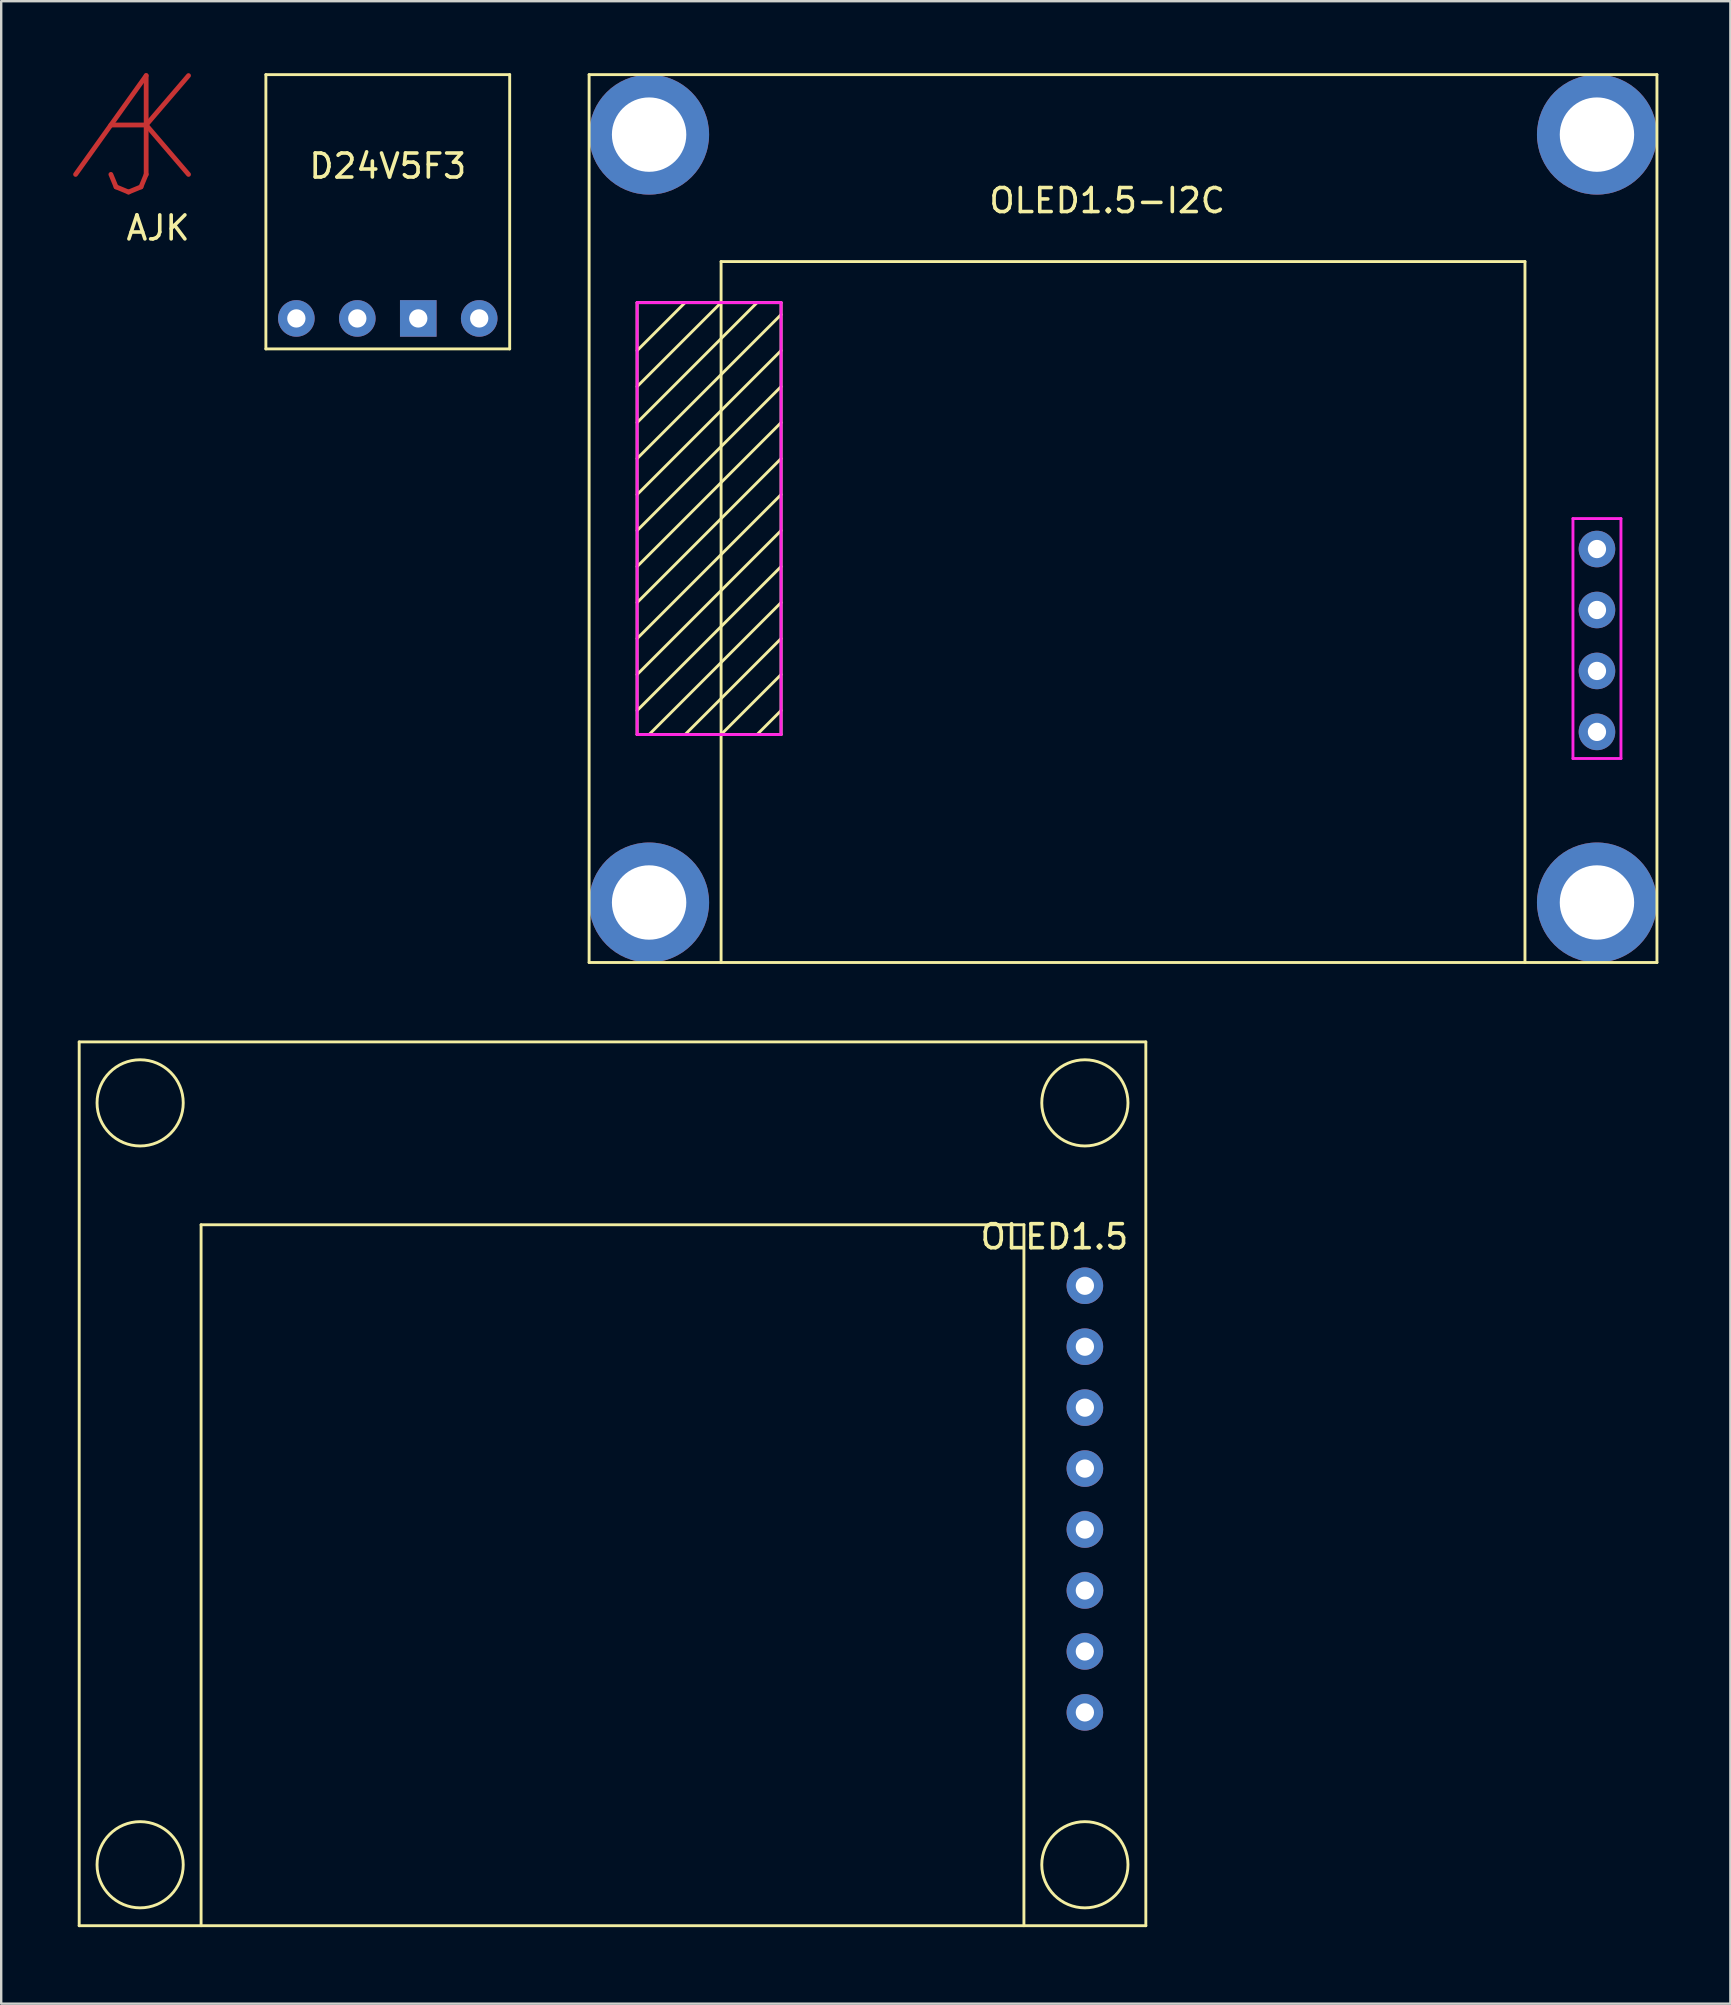
<source format=kicad_pcb>
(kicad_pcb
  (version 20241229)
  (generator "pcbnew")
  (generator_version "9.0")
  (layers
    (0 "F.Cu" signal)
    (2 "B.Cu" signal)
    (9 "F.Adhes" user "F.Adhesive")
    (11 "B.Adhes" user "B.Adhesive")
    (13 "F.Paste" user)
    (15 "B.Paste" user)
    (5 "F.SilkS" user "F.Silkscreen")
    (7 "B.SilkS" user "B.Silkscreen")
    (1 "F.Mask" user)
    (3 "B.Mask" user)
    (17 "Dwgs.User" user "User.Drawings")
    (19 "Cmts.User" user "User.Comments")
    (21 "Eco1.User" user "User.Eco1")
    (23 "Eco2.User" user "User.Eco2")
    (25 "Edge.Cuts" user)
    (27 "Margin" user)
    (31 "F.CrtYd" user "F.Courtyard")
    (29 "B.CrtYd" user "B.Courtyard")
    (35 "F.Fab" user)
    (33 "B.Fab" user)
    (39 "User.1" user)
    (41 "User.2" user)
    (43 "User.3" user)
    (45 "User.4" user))
  (footprint "OLED1.5-I2C"
    (layer "F.Cu")
    (at 21.5 37.06)
    (property "Reference" "OLED1.5-I2C" (at 21.59 -31.75 0) (layer "F.SilkS") (effects (font (size 1 1) (thickness 0.15))))
    (attr through_hole)
    (fp_line (start 0 -37) (end 0 0) (stroke (width 0.12) (type solid)) (layer "F.SilkS"))
    (fp_line (start 0 0) (end 44.5 0) (stroke (width 0.12) (type solid)) (layer "F.SilkS"))
    (fp_line (start 2 -27.5) (end 8 -27.5) (stroke (width 0.12) (type solid)) (layer "F.SilkS"))
    (fp_line (start 2 -9.5) (end 2 -27.5) (stroke (width 0.12) (type solid)) (layer "F.SilkS"))
    (fp_line (start 4 -27.5) (end 2 -25.5) (stroke (width 0.12) (type solid)) (layer "F.SilkS"))
    (fp_line (start 5.5 -29.21) (end 39 -29.21) (stroke (width 0.12) (type solid)) (layer "F.SilkS"))
    (fp_line (start 5.5 -27.5) (end 2 -24) (stroke (width 0.12) (type solid)) (layer "F.SilkS"))
    (fp_line (start 5.5 0) (end 5.5 -29.21) (stroke (width 0.12) (type solid)) (layer "F.SilkS"))
    (fp_line (start 7 -27.5) (end 2 -22.5) (stroke (width 0.12) (type solid)) (layer "F.SilkS"))
    (fp_line (start 8 -27.5) (end 8 -9.5) (stroke (width 0.12) (type solid)) (layer "F.SilkS"))
    (fp_line (start 8 -27) (end 2 -21) (stroke (width 0.12) (type solid)) (layer "F.SilkS"))
    (fp_line (start 8 -25.5) (end 2 -19.5) (stroke (width 0.12) (type solid)) (layer "F.SilkS"))
    (fp_line (start 8 -24) (end 2 -18) (stroke (width 0.12) (type solid)) (layer "F.SilkS"))
    (fp_line (start 8 -22.5) (end 2 -16.5) (stroke (width 0.12) (type solid)) (layer "F.SilkS"))
    (fp_line (start 8 -21) (end 2 -15) (stroke (width 0.12) (type solid)) (layer "F.SilkS"))
    (fp_line (start 8 -19.5) (end 2 -13.5) (stroke (width 0.12) (type solid)) (layer "F.SilkS"))
    (fp_line (start 8 -18) (end 2 -12) (stroke (width 0.12) (type solid)) (layer "F.SilkS"))
    (fp_line (start 8 -16.5) (end 2 -10.5) (stroke (width 0.12) (type solid)) (layer "F.SilkS"))
    (fp_line (start 8 -15) (end 2.5 -9.5) (stroke (width 0.12) (type solid)) (layer "F.SilkS"))
    (fp_line (start 8 -13.5) (end 4 -9.5) (stroke (width 0.12) (type solid)) (layer "F.SilkS"))
    (fp_line (start 8 -12) (end 5.5 -9.5) (stroke (width 0.12) (type solid)) (layer "F.SilkS"))
    (fp_line (start 8 -10.5) (end 7 -9.5) (stroke (width 0.12) (type solid)) (layer "F.SilkS"))
    (fp_line (start 8 -9.5) (end 2 -9.5) (stroke (width 0.12) (type solid)) (layer "F.SilkS"))
    (fp_line (start 39 -29.21) (end 39 0) (stroke (width 0.12) (type solid)) (layer "F.SilkS"))
    (fp_line (start 44.5 -37) (end 0 -37) (stroke (width 0.12) (type solid)) (layer "F.SilkS"))
    (fp_line (start 44.5 0) (end 44.5 -37) (stroke (width 0.12) (type solid)) (layer "F.SilkS"))
    (fp_line (start 2 -27.5) (end 8 -27.5) (stroke (width 0.12) (type solid)) (layer "F.CrtYd"))
    (fp_line (start 2 -9.5) (end 2 -27.5) (stroke (width 0.12) (type solid)) (layer "F.CrtYd"))
    (fp_line (start 8 -27.5) (end 8 -9.5) (stroke (width 0.12) (type solid)) (layer "F.CrtYd"))
    (fp_line (start 8 -9.5) (end 2 -9.5) (stroke (width 0.12) (type solid)) (layer "F.CrtYd"))
    (fp_line (start 41 -18.5) (end 41 -8.5) (stroke (width 0.12) (type solid)) (layer "F.CrtYd"))
    (fp_line (start 41 -8.5) (end 43 -8.5) (stroke (width 0.12) (type solid)) (layer "F.CrtYd"))
    (fp_line (start 43 -18.5) (end 41 -18.5) (stroke (width 0.12) (type solid)) (layer "F.CrtYd"))
    (fp_line (start 43 -8.5) (end 43 -18.5) (stroke (width 0.12) (type solid)) (layer "F.CrtYd"))
    (pad "1" thru_hole circle (at 42 -9.61) (size 1.524 1.524) (drill 0.762) (layers "*.Cu" "*.Mask"))
    (pad "2" thru_hole circle (at 42 -12.15) (size 1.524 1.524) (drill 0.762) (layers "*.Cu" "*.Mask"))
    (pad "4" thru_hole circle (at 42 -14.69) (size 1.524 1.524) (drill 0.762) (layers "*.Cu" "*.Mask"))
    (pad "5" thru_hole circle (at 42 -17.23) (size 1.524 1.524) (drill 0.762) (layers "*.Cu" "*.Mask"))
    (pad "S" thru_hole circle (at 2.5 -34.5) (size 5 5) (drill 3.1) (layers "*.Cu" "*.Mask"))
    (pad "S" thru_hole circle (at 2.5 -2.5) (size 5 5) (drill 3.1) (layers "*.Cu" "*.Mask"))
    (pad "S" thru_hole circle (at 42 -34.5) (size 5 5) (drill 3.1) (layers "*.Cu" "*.Mask"))
    (pad "S" thru_hole circle (at 42 -2.5) (size 5 5) (drill 3.1) (layers "*.Cu" "*.Mask")))
  (footprint "OLED1.5"
    (layer "F.Cu")
    (at 0.25 77.2)
    (property "Reference" "OLED1.5" (at 40.64 -28.71 0) (layer "F.SilkS") (effects (font (size 1 1) (thickness 0.15))))
    (attr through_hole)
    (fp_line (start 0 -36.83) (end 0 0) (stroke (width 0.12) (type solid)) (layer "F.SilkS"))
    (fp_line (start 0 0) (end 44.45 0) (stroke (width 0.12) (type solid)) (layer "F.SilkS"))
    (fp_line (start 5.08 -29.21) (end 39.37 -29.21) (stroke (width 0.12) (type solid)) (layer "F.SilkS"))
    (fp_line (start 5.08 0) (end 5.08 -29.21) (stroke (width 0.12) (type solid)) (layer "F.SilkS"))
    (fp_line (start 39.37 -29.21) (end 39.37 0) (stroke (width 0.12) (type solid)) (layer "F.SilkS"))
    (fp_line (start 44.45 -36.83) (end 0 -36.83) (stroke (width 0.12) (type solid)) (layer "F.SilkS"))
    (fp_line (start 44.45 0) (end 44.45 -36.83) (stroke (width 0.12) (type solid)) (layer "F.SilkS"))
    (fp_circle (center 2.54 -34.29) (end 1.27 -35.56) (stroke (width 0.12) (type solid)) (fill no) (layer "F.SilkS"))
    (fp_circle (center 2.54 -2.54) (end 1.27 -1.27) (stroke (width 0.12) (type solid)) (fill no) (layer "F.SilkS"))
    (fp_circle (center 41.91 -34.29) (end 43.18 -35.56) (stroke (width 0.12) (type solid)) (fill no) (layer "F.SilkS"))
    (fp_circle (center 41.91 -2.54) (end 43.18 -1.27) (stroke (width 0.12) (type solid)) (fill no) (layer "F.SilkS"))
    (pad "1" thru_hole circle (at 41.91 -8.89) (size 1.524 1.524) (drill 0.762) (layers "*.Cu" "*.Mask"))
    (pad "2" thru_hole circle (at 41.91 -11.43) (size 1.524 1.524) (drill 0.762) (layers "*.Cu" "*.Mask"))
    (pad "3" thru_hole circle (at 41.91 -13.97) (size 1.524 1.524) (drill 0.762) (layers "*.Cu" "*.Mask"))
    (pad "4" thru_hole circle (at 41.91 -16.51) (size 1.524 1.524) (drill 0.762) (layers "*.Cu" "*.Mask"))
    (pad "5" thru_hole circle (at 41.91 -19.05) (size 1.524 1.524) (drill 0.762) (layers "*.Cu" "*.Mask"))
    (pad "6" thru_hole circle (at 41.91 -21.59) (size 1.524 1.524) (drill 0.762) (layers "*.Cu" "*.Mask"))
    (pad "7" thru_hole circle (at 41.91 -24.13) (size 1.524 1.524) (drill 0.762) (layers "*.Cu" "*.Mask"))
    (pad "8" thru_hole circle (at 41.91 -26.67) (size 1.524 1.524) (drill 0.762) (layers "*.Cu" "*.Mask")))
  (footprint "D24V5F3"
    (layer "F.Cu")
    (at 13.11 11.49)
    (property "Reference" "D24V5F3" (at 0 -7.62 0) (layer "F.SilkS") (effects (font (size 1 1) (thickness 0.15))))
    (attr through_hole)
    (fp_line (start -5.08 -11.43) (end 5.08 -11.43) (stroke (width 0.12) (type solid)) (layer "F.SilkS"))
    (fp_line (start -5.08 0) (end -5.08 -11.43) (stroke (width 0.12) (type solid)) (layer "F.SilkS"))
    (fp_line (start 5.08 -11.43) (end 5.08 0) (stroke (width 0.12) (type solid)) (layer "F.SilkS"))
    (fp_line (start 5.08 0) (end -5.08 0) (stroke (width 0.12) (type solid)) (layer "F.SilkS"))
    (pad "1" thru_hole circle (at -3.81 -1.27) (size 1.524 1.524) (drill 0.762) (layers "*.Cu" "*.Mask"))
    (pad "2" thru_hole circle (at -1.27 -1.27) (size 1.524 1.524) (drill 0.762) (layers "*.Cu" "*.Mask"))
    (pad "3" thru_hole rect (at 1.27 -1.27) (size 1.524 1.524) (drill 0.762) (layers "*.Cu" "*.Mask"))
    (pad "4" thru_hole circle (at 3.81 -1.27) (size 1.524 1.524) (drill 0.762) (layers "*.Cu" "*.Mask")))
  (footprint "AJK"
    (layer "F.Cu")
    (at 3.536 6.45)
    (property "Reference" "AJK" (at 0 0 0) (layer "F.SilkS") (effects (font (size 1 1) (thickness 0.15))))
    (attr through_hole)
    (fp_line (start -3.436 -2.232) (end -0.495 -6.35) (stroke (width 0.2) (type solid)) (layer "F.Cu"))
    (fp_line (start -1.75 -1.712) (end -1.965 -2.232) (stroke (width 0.2) (type solid)) (layer "F.Cu"))
    (fp_line (start -1.23 -1.497) (end -1.75 -1.712) (stroke (width 0.2) (type solid)) (layer "F.Cu"))
    (fp_line (start -0.71 -1.712) (end -1.23 -1.497) (stroke (width 0.2) (type solid)) (layer "F.Cu"))
    (fp_line (start -0.495 -4.291) (end 1.27 -2.232) (stroke (width 0.2) (type solid)) (layer "F.Cu"))
    (fp_line (start -0.495 -6.35) (end -0.495 -2.232) (stroke (width 0.2) (type solid)) (layer "F.Cu"))
    (fp_line (start -0.495 -4.291) (end -1.965 -4.291) (stroke (width 0.2) (type solid)) (layer "F.Cu"))
    (fp_line (start -0.495 -2.232) (end -0.71 -1.712) (stroke (width 0.2) (type solid)) (layer "F.Cu"))
    (fp_line (start 1.27 -6.35) (end -0.495 -4.291) (stroke (width 0.2) (type solid)) (layer "F.Cu")))
  (gr_rect
    (start -3 -3)
    (end 69.06 80.45)
    (stroke (width 0.1) (type default))
    (fill no)
    (layer "Edge.Cuts")))
</source>
